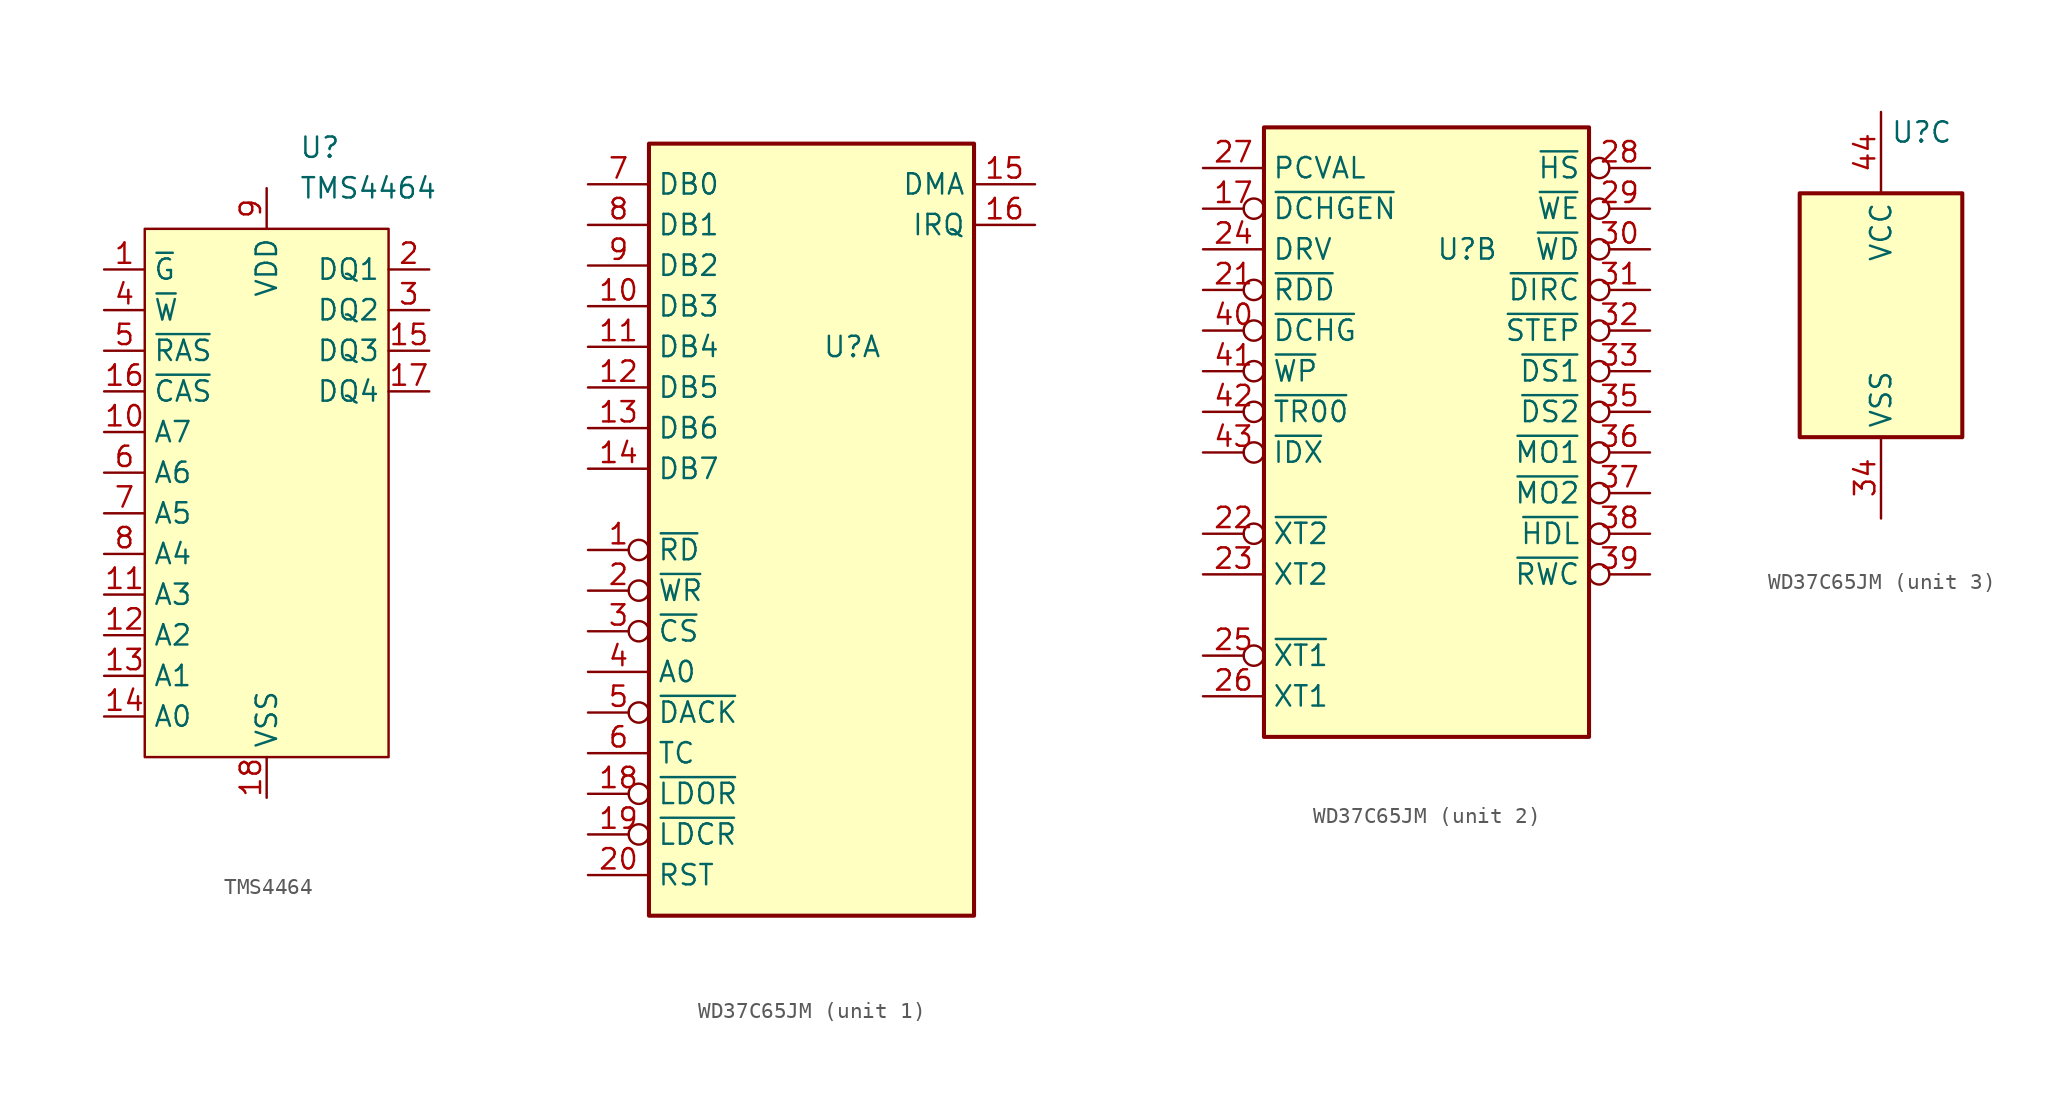
<source format=kicad_sym>
(kicad_symbol_lib
  (version 20231120)
  (generator "kicad_symbol_editor")
  (generator_version "8.0")
  (symbol "TMS4464"
    (property "Reference" "U"
      (at 9.639 5.08 0)
      (effects (font (size 1.27 1.27)) (justify left)))
    (property "Value" "TMS4464"
      (at 9.639 2.54 0)
      (effects (font (size 1.27 1.27)) (justify left)))
    (symbol "TMS4464_0_1"
      (rectangle (start 0 0) (end 15.24 -33.02) (stroke (width 0) (type default)) (fill (type background))))
    (symbol "TMS4464_1_1"
      (pin input line (at -2.54 -2.54 0) (length 2.54) (name "~{G}" (effects (font (size 1.27 1.27)))) (number "1" (effects (font (size 1.27 1.27)))))
      (pin input line (at -2.54 -12.7 0) (length 2.54) (name "A7" (effects (font (size 1.27 1.27)))) (number "10" (effects (font (size 1.27 1.27)))))
      (pin input line (at -2.54 -22.86 0) (length 2.54) (name "A3" (effects (font (size 1.27 1.27)))) (number "11" (effects (font (size 1.27 1.27)))))
      (pin input line (at -2.54 -25.4 0) (length 2.54) (name "A2" (effects (font (size 1.27 1.27)))) (number "12" (effects (font (size 1.27 1.27)))))
      (pin input line (at -2.54 -27.94 0) (length 2.54) (name "A1" (effects (font (size 1.27 1.27)))) (number "13" (effects (font (size 1.27 1.27)))))
      (pin input line (at -2.54 -30.48 0) (length 2.54) (name "A0" (effects (font (size 1.27 1.27)))) (number "14" (effects (font (size 1.27 1.27)))))
      (pin bidirectional line (at 17.78 -7.62 180) (length 2.54) (name "DQ3" (effects (font (size 1.27 1.27)))) (number "15" (effects (font (size 1.27 1.27)))))
      (pin input line (at -2.54 -10.16 0) (length 2.54) (name "~{CAS}" (effects (font (size 1.27 1.27)))) (number "16" (effects (font (size 1.27 1.27)))))
      (pin bidirectional line (at 17.78 -10.16 180) (length 2.54) (name "DQ4" (effects (font (size 1.27 1.27)))) (number "17" (effects (font (size 1.27 1.27)))))
      (pin power_in line (at 7.62 -35.56 90) (length 2.54) (name "VSS" (effects (font (size 1.27 1.27)))) (number "18" (effects (font (size 1.27 1.27)))))
      (pin bidirectional line (at 17.78 -2.54 180) (length 2.54) (name "DQ1" (effects (font (size 1.27 1.27)))) (number "2" (effects (font (size 1.27 1.27)))))
      (pin bidirectional line (at 17.78 -5.08 180) (length 2.54) (name "DQ2" (effects (font (size 1.27 1.27)))) (number "3" (effects (font (size 1.27 1.27)))))
      (pin input line (at -2.54 -5.08 0) (length 2.54) (name "~{W}" (effects (font (size 1.27 1.27)))) (number "4" (effects (font (size 1.27 1.27)))))
      (pin input line (at -2.54 -7.62 0) (length 2.54) (name "~{RAS}" (effects (font (size 1.27 1.27)))) (number "5" (effects (font (size 1.27 1.27)))))
      (pin input line (at -2.54 -15.24 0) (length 2.54) (name "A6" (effects (font (size 1.27 1.27)))) (number "6" (effects (font (size 1.27 1.27)))))
      (pin input line (at -2.54 -17.78 0) (length 2.54) (name "A5" (effects (font (size 1.27 1.27)))) (number "7" (effects (font (size 1.27 1.27)))))
      (pin input line (at -2.54 -20.32 0) (length 2.54) (name "A4" (effects (font (size 1.27 1.27)))) (number "8" (effects (font (size 1.27 1.27)))))
      (pin power_in line (at 7.62 2.54 270) (length 2.54) (name "VDD" (effects (font (size 1.27 1.27)))) (number "9" (effects (font (size 1.27 1.27)))))))
  (symbol "WD37C65JM"
    (property "Reference" "U"
      (at 2.54 11.43 0)
      (effects (font (size 1.27 1.27))))
    (property "Value" ""
      (at 2.54 11.43 0)
      (effects (font (size 1.27 1.27))))
    (symbol "WD37C65JM_1_1"
      (rectangle (start -10.16 24.13) (end 10.16 -24.13) (stroke (width 0.254) (type default)) (fill (type background)))
      (pin input inverted (at -13.97 -1.27 0) (length 3.81) (name "~{RD}" (effects (font (size 1.27 1.27)))) (number "1" (effects (font (size 1.27 1.27)))))
      (pin tri_state line (at -13.97 13.97 0) (length 3.81) (name "DB3" (effects (font (size 1.27 1.27)))) (number "10" (effects (font (size 1.27 1.27)))))
      (pin tri_state line (at -13.97 11.43 0) (length 3.81) (name "DB4" (effects (font (size 1.27 1.27)))) (number "11" (effects (font (size 1.27 1.27)))))
      (pin tri_state line (at -13.97 8.89 0) (length 3.81) (name "DB5" (effects (font (size 1.27 1.27)))) (number "12" (effects (font (size 1.27 1.27)))))
      (pin tri_state line (at -13.97 6.35 0) (length 3.81) (name "DB6" (effects (font (size 1.27 1.27)))) (number "13" (effects (font (size 1.27 1.27)))))
      (pin tri_state line (at -13.97 3.81 0) (length 3.81) (name "DB7" (effects (font (size 1.27 1.27)))) (number "14" (effects (font (size 1.27 1.27)))))
      (pin output line (at 13.97 21.59 180) (length 3.81) (name "DMA" (effects (font (size 1.27 1.27)))) (number "15" (effects (font (size 1.27 1.27)))))
      (pin output line (at 13.97 19.05 180) (length 3.81) (name "IRQ" (effects (font (size 1.27 1.27)))) (number "16" (effects (font (size 1.27 1.27)))))
      (pin input inverted (at -13.97 -16.51 0) (length 3.81) (name "~{LDOR}" (effects (font (size 1.27 1.27)))) (number "18" (effects (font (size 1.27 1.27)))))
      (pin input inverted (at -13.97 -19.05 0) (length 3.81) (name "~{LDCR}" (effects (font (size 1.27 1.27)))) (number "19" (effects (font (size 1.27 1.27)))))
      (pin input inverted (at -13.97 -3.81 0) (length 3.81) (name "~{WR}" (effects (font (size 1.27 1.27)))) (number "2" (effects (font (size 1.27 1.27)))))
      (pin input line (at -13.97 -21.59 0) (length 3.81) (name "RST" (effects (font (size 1.27 1.27)))) (number "20" (effects (font (size 1.27 1.27)))))
      (pin input inverted (at -13.97 -6.35 0) (length 3.81) (name "~{CS}" (effects (font (size 1.27 1.27)))) (number "3" (effects (font (size 1.27 1.27)))))
      (pin input line (at -13.97 -8.89 0) (length 3.81) (name "A0" (effects (font (size 1.27 1.27)))) (number "4" (effects (font (size 1.27 1.27)))))
      (pin input inverted (at -13.97 -11.43 0) (length 3.81) (name "~{DACK}" (effects (font (size 1.27 1.27)))) (number "5" (effects (font (size 1.27 1.27)))))
      (pin input line (at -13.97 -13.97 0) (length 3.81) (name "TC" (effects (font (size 1.27 1.27)))) (number "6" (effects (font (size 1.27 1.27)))))
      (pin tri_state line (at -13.97 21.59 0) (length 3.81) (name "DB0" (effects (font (size 1.27 1.27)))) (number "7" (effects (font (size 1.27 1.27)))))
      (pin tri_state line (at -13.97 19.05 0) (length 3.81) (name "DB1" (effects (font (size 1.27 1.27)))) (number "8" (effects (font (size 1.27 1.27)))))
      (pin tri_state line (at -13.97 16.51 0) (length 3.81) (name "DB2" (effects (font (size 1.27 1.27)))) (number "9" (effects (font (size 1.27 1.27))))))
    (symbol "WD37C65JM_2_1"
      (rectangle (start -10.16 19.05) (end 10.16 -19.05) (stroke (width 0.254) (type default)) (fill (type background)))
      (pin input inverted (at -13.97 13.97 0) (length 3.81) (name "~{DCHGEN}" (effects (font (size 1.27 1.27)))) (number "17" (effects (font (size 1.27 1.27)))))
      (pin input inverted (at -13.97 8.89 0) (length 3.81) (name "~{RDD}" (effects (font (size 1.27 1.27)))) (number "21" (effects (font (size 1.27 1.27)))))
      (pin output inverted (at -13.97 -6.35 0) (length 3.81) (name "~{XT2}" (effects (font (size 1.27 1.27)))) (number "22" (effects (font (size 1.27 1.27)))))
      (pin input line (at -13.97 -8.89 0) (length 3.81) (name "XT2" (effects (font (size 1.27 1.27)))) (number "23" (effects (font (size 1.27 1.27)))))
      (pin input line (at -13.97 11.43 0) (length 3.81) (name "DRV" (effects (font (size 1.27 1.27)))) (number "24" (effects (font (size 1.27 1.27)))))
      (pin output inverted (at -13.97 -13.97 0) (length 3.81) (name "~{XT1}" (effects (font (size 1.27 1.27)))) (number "25" (effects (font (size 1.27 1.27)))))
      (pin input line (at -13.97 -16.51 0) (length 3.81) (name "XT1" (effects (font (size 1.27 1.27)))) (number "26" (effects (font (size 1.27 1.27)))))
      (pin input line (at -13.97 16.51 0) (length 3.81) (name "PCVAL" (effects (font (size 1.27 1.27)))) (number "27" (effects (font (size 1.27 1.27)))))
      (pin output inverted (at 13.97 16.51 180) (length 3.81) (name "~{HS}" (effects (font (size 1.27 1.27)))) (number "28" (effects (font (size 1.27 1.27)))))
      (pin output inverted (at 13.97 13.97 180) (length 3.81) (name "~{WE}" (effects (font (size 1.27 1.27)))) (number "29" (effects (font (size 1.27 1.27)))))
      (pin output inverted (at 13.97 11.43 180) (length 3.81) (name "~{WD}" (effects (font (size 1.27 1.27)))) (number "30" (effects (font (size 1.27 1.27)))))
      (pin output inverted (at 13.97 8.89 180) (length 3.81) (name "~{DIRC}" (effects (font (size 1.27 1.27)))) (number "31" (effects (font (size 1.27 1.27)))))
      (pin output inverted (at 13.97 6.35 180) (length 3.81) (name "~{STEP}" (effects (font (size 1.27 1.27)))) (number "32" (effects (font (size 1.27 1.27)))))
      (pin output inverted (at 13.97 3.81 180) (length 3.81) (name "~{DS1}" (effects (font (size 1.27 1.27)))) (number "33" (effects (font (size 1.27 1.27)))))
      (pin output inverted (at 13.97 1.27 180) (length 3.81) (name "~{DS2}" (effects (font (size 1.27 1.27)))) (number "35" (effects (font (size 1.27 1.27)))))
      (pin output inverted (at 13.97 -1.27 180) (length 3.81) (name "~{MO1}" (effects (font (size 1.27 1.27)))) (number "36" (effects (font (size 1.27 1.27)))))
      (pin output inverted (at 13.97 -3.81 180) (length 3.81) (name "~{MO2}" (effects (font (size 1.27 1.27)))) (number "37" (effects (font (size 1.27 1.27)))))
      (pin output inverted (at 13.97 -6.35 180) (length 3.81) (name "~{HDL}" (effects (font (size 1.27 1.27)))) (number "38" (effects (font (size 1.27 1.27)))))
      (pin output inverted (at 13.97 -8.89 180) (length 3.81) (name "~{RWC}" (effects (font (size 1.27 1.27)))) (number "39" (effects (font (size 1.27 1.27)))))
      (pin input inverted (at -13.97 6.35 0) (length 3.81) (name "~{DCHG}" (effects (font (size 1.27 1.27)))) (number "40" (effects (font (size 1.27 1.27)))))
      (pin input inverted (at -13.97 3.81 0) (length 3.81) (name "~{WP}" (effects (font (size 1.27 1.27)))) (number "41" (effects (font (size 1.27 1.27)))))
      (pin input inverted (at -13.97 1.27 0) (length 3.81) (name "~{TR00}" (effects (font (size 1.27 1.27)))) (number "42" (effects (font (size 1.27 1.27)))))
      (pin input inverted (at -13.97 -1.27 0) (length 3.81) (name "~{IDX}" (effects (font (size 1.27 1.27)))) (number "43" (effects (font (size 1.27 1.27))))))
    (symbol "WD37C65JM_3_1"
      (rectangle (start -5.08 7.62) (end 5.08 -7.62) (stroke (width 0.254) (type default)) (fill (type background)))
      (pin power_in line (at 0 -12.7 90) (length 5.08) (name "VSS" (effects (font (size 1.27 1.27)))) (number "34" (effects (font (size 1.27 1.27)))))
      (pin power_in line (at 0 12.7 270) (length 5.08) (name "VCC" (effects (font (size 1.27 1.27)))) (number "44" (effects (font (size 1.27 1.27))))))))
</source>
